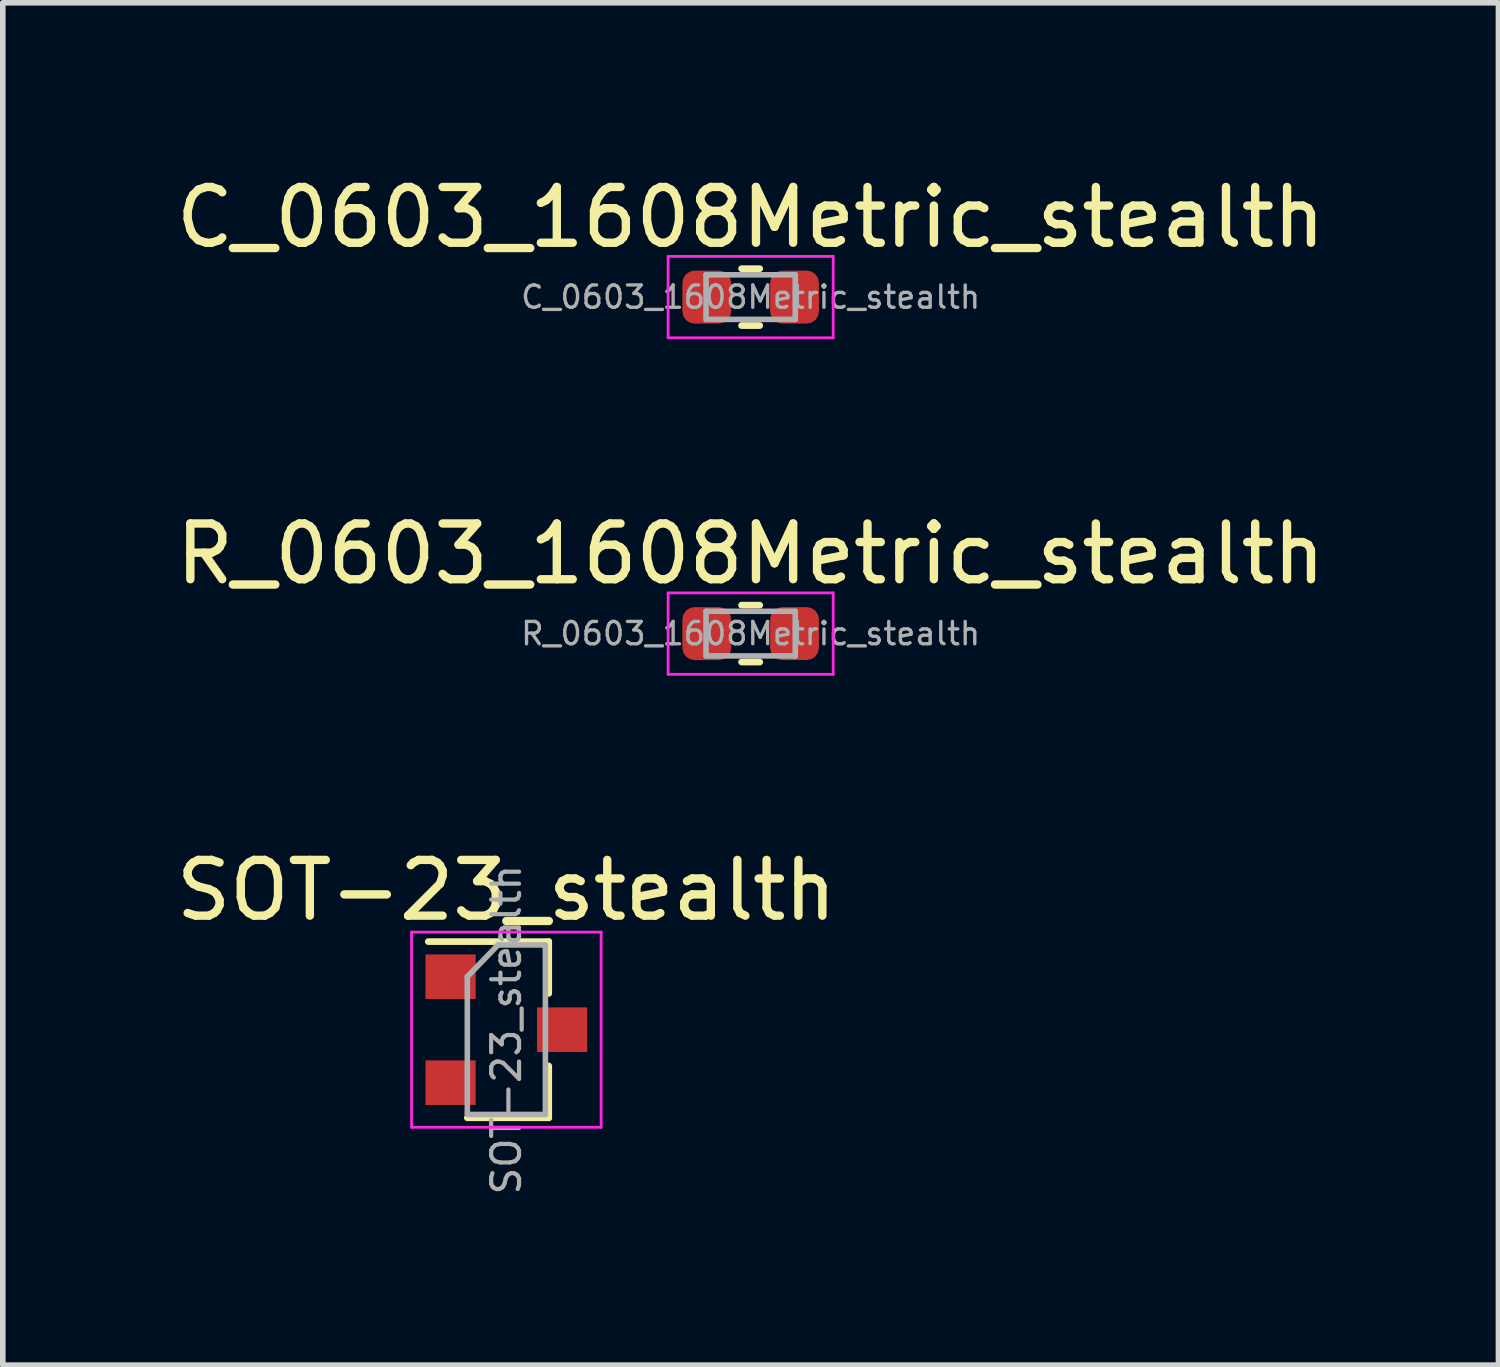
<source format=kicad_pcb>
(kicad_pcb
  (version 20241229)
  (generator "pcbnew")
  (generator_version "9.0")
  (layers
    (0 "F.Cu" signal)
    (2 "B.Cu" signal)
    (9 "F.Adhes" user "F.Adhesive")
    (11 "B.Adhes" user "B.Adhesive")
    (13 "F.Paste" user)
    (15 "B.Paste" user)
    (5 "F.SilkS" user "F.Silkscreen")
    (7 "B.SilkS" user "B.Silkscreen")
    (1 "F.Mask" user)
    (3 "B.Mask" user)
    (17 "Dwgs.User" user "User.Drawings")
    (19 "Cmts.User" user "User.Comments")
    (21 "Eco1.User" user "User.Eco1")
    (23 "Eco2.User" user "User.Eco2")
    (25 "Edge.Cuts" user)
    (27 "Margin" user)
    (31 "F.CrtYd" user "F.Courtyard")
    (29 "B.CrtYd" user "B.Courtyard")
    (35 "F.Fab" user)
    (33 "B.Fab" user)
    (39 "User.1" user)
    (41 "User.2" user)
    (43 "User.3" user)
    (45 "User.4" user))
  (footprint "SOT-23_stealth"
    (layer "F.Cu")
    (at 6.03 15.415)
    (property "Reference" "SOT-23_stealth" (at 0 -2.5 0) (layer "F.SilkS") (effects (font (size 1 1) (thickness 0.15))))
    (attr smd)
    (fp_line (start 0.76 -1.58) (end -1.4 -1.58) (stroke (width 0.12) (type solid)) (layer "F.SilkS"))
    (fp_line (start 0.76 -1.58) (end 0.76 -0.65) (stroke (width 0.12) (type solid)) (layer "F.SilkS"))
    (fp_line (start 0.76 1.58) (end -0.7 1.58) (stroke (width 0.12) (type solid)) (layer "F.SilkS"))
    (fp_line (start 0.76 1.58) (end 0.76 0.65) (stroke (width 0.12) (type solid)) (layer "F.SilkS"))
    (fp_line (start -1.7 -1.75) (end 1.7 -1.75) (stroke (width 0.05) (type solid)) (layer "F.CrtYd"))
    (fp_line (start -1.7 1.75) (end -1.7 -1.75) (stroke (width 0.05) (type solid)) (layer "F.CrtYd"))
    (fp_line (start 1.7 -1.75) (end 1.7 1.75) (stroke (width 0.05) (type solid)) (layer "F.CrtYd"))
    (fp_line (start 1.7 1.75) (end -1.7 1.75) (stroke (width 0.05) (type solid)) (layer "F.CrtYd"))
    (fp_line (start -0.7 -0.95) (end -0.7 1.5) (stroke (width 0.1) (type solid)) (layer "F.Fab"))
    (fp_line (start -0.7 -0.95) (end -0.15 -1.52) (stroke (width 0.1) (type solid)) (layer "F.Fab"))
    (fp_line (start -0.7 1.52) (end 0.7 1.52) (stroke (width 0.1) (type solid)) (layer "F.Fab"))
    (fp_line (start -0.15 -1.52) (end 0.7 -1.52) (stroke (width 0.1) (type solid)) (layer "F.Fab"))
    (fp_line (start 0.7 -1.52) (end 0.7 1.52) (stroke (width 0.1) (type solid)) (layer "F.Fab"))
    (fp_text user "${REFERENCE}" (at 0 0 90) (layer "F.Fab") (effects (font (size 0.5 0.5) (thickness 0.075))))
    (pad "1" smd rect (at -1 -0.95) (size 0.9 0.8) (layers "F.Cu" "F.Mask" "F.Paste"))
    (pad "2" smd rect (at -1 0.95) (size 0.9 0.8) (layers "F.Cu" "F.Mask" "F.Paste"))
    (pad "3" smd rect (at 1 0) (size 0.9 0.8) (layers "F.Cu" "F.Mask" "F.Paste")))
  (footprint "R_0603_1608Metric_stealth"
    (layer "F.Cu")
    (at 10.411 8.312)
    (property "Reference" "R_0603_1608Metric_stealth" (at 0 -1.43 0) (layer "F.SilkS") (effects (font (size 1 1) (thickness 0.15))))
    (attr smd)
    (fp_line (start -0.163 -0.51) (end 0.163 -0.51) (stroke (width 0.12) (type solid)) (layer "F.SilkS"))
    (fp_line (start -0.163 0.51) (end 0.163 0.51) (stroke (width 0.12) (type solid)) (layer "F.SilkS"))
    (fp_line (start -1.48 -0.73) (end 1.48 -0.73) (stroke (width 0.05) (type solid)) (layer "F.CrtYd"))
    (fp_line (start -1.48 0.73) (end -1.48 -0.73) (stroke (width 0.05) (type solid)) (layer "F.CrtYd"))
    (fp_line (start 1.48 -0.73) (end 1.48 0.73) (stroke (width 0.05) (type solid)) (layer "F.CrtYd"))
    (fp_line (start 1.48 0.73) (end -1.48 0.73) (stroke (width 0.05) (type solid)) (layer "F.CrtYd"))
    (fp_line (start -0.8 -0.4) (end 0.8 -0.4) (stroke (width 0.1) (type solid)) (layer "F.Fab"))
    (fp_line (start -0.8 0.4) (end -0.8 -0.4) (stroke (width 0.1) (type solid)) (layer "F.Fab"))
    (fp_line (start 0.8 -0.4) (end 0.8 0.4) (stroke (width 0.1) (type solid)) (layer "F.Fab"))
    (fp_line (start 0.8 0.4) (end -0.8 0.4) (stroke (width 0.1) (type solid)) (layer "F.Fab"))
    (fp_text user "${REFERENCE}" (at 0 0 0) (layer "F.Fab") (effects (font (size 0.4 0.4) (thickness 0.06))))
    (pad "1" smd roundrect (at -0.787 0) (size 0.875 0.95) (layers "F.Cu" "F.Mask" "F.Paste") (roundrect_rratio 0.25))
    (pad "2" smd roundrect (at 0.787 0) (size 0.875 0.95) (layers "F.Cu" "F.Mask" "F.Paste") (roundrect_rratio 0.25)))
  (footprint "C_0603_1608Metric_stealth"
    (layer "F.Cu")
    (at 10.411 2.278)
    (property "Reference" "C_0603_1608Metric_stealth" (at 0 -1.43 0) (layer "F.SilkS") (effects (font (size 1 1) (thickness 0.15))))
    (attr smd)
    (fp_line (start -0.163 -0.51) (end 0.163 -0.51) (stroke (width 0.12) (type solid)) (layer "F.SilkS"))
    (fp_line (start -0.163 0.51) (end 0.163 0.51) (stroke (width 0.12) (type solid)) (layer "F.SilkS"))
    (fp_line (start -1.48 -0.73) (end 1.48 -0.73) (stroke (width 0.05) (type solid)) (layer "F.CrtYd"))
    (fp_line (start -1.48 0.73) (end -1.48 -0.73) (stroke (width 0.05) (type solid)) (layer "F.CrtYd"))
    (fp_line (start 1.48 -0.73) (end 1.48 0.73) (stroke (width 0.05) (type solid)) (layer "F.CrtYd"))
    (fp_line (start 1.48 0.73) (end -1.48 0.73) (stroke (width 0.05) (type solid)) (layer "F.CrtYd"))
    (fp_line (start -0.8 -0.4) (end 0.8 -0.4) (stroke (width 0.1) (type solid)) (layer "F.Fab"))
    (fp_line (start -0.8 0.4) (end -0.8 -0.4) (stroke (width 0.1) (type solid)) (layer "F.Fab"))
    (fp_line (start 0.8 -0.4) (end 0.8 0.4) (stroke (width 0.1) (type solid)) (layer "F.Fab"))
    (fp_line (start 0.8 0.4) (end -0.8 0.4) (stroke (width 0.1) (type solid)) (layer "F.Fab"))
    (fp_text user "${REFERENCE}" (at 0 0 0) (layer "F.Fab") (effects (font (size 0.4 0.4) (thickness 0.06))))
    (pad "1" smd roundrect (at -0.787 0) (size 0.875 0.95) (layers "F.Cu" "F.Mask" "F.Paste") (roundrect_rratio 0.25))
    (pad "2" smd roundrect (at 0.787 0) (size 0.875 0.95) (layers "F.Cu" "F.Mask" "F.Paste") (roundrect_rratio 0.25)))
  (gr_rect
    (start -3 -3)
    (end 23.821 21.43)
    (stroke (width 0.1) (type default))
    (fill no)
    (layer "Edge.Cuts")))
</source>
